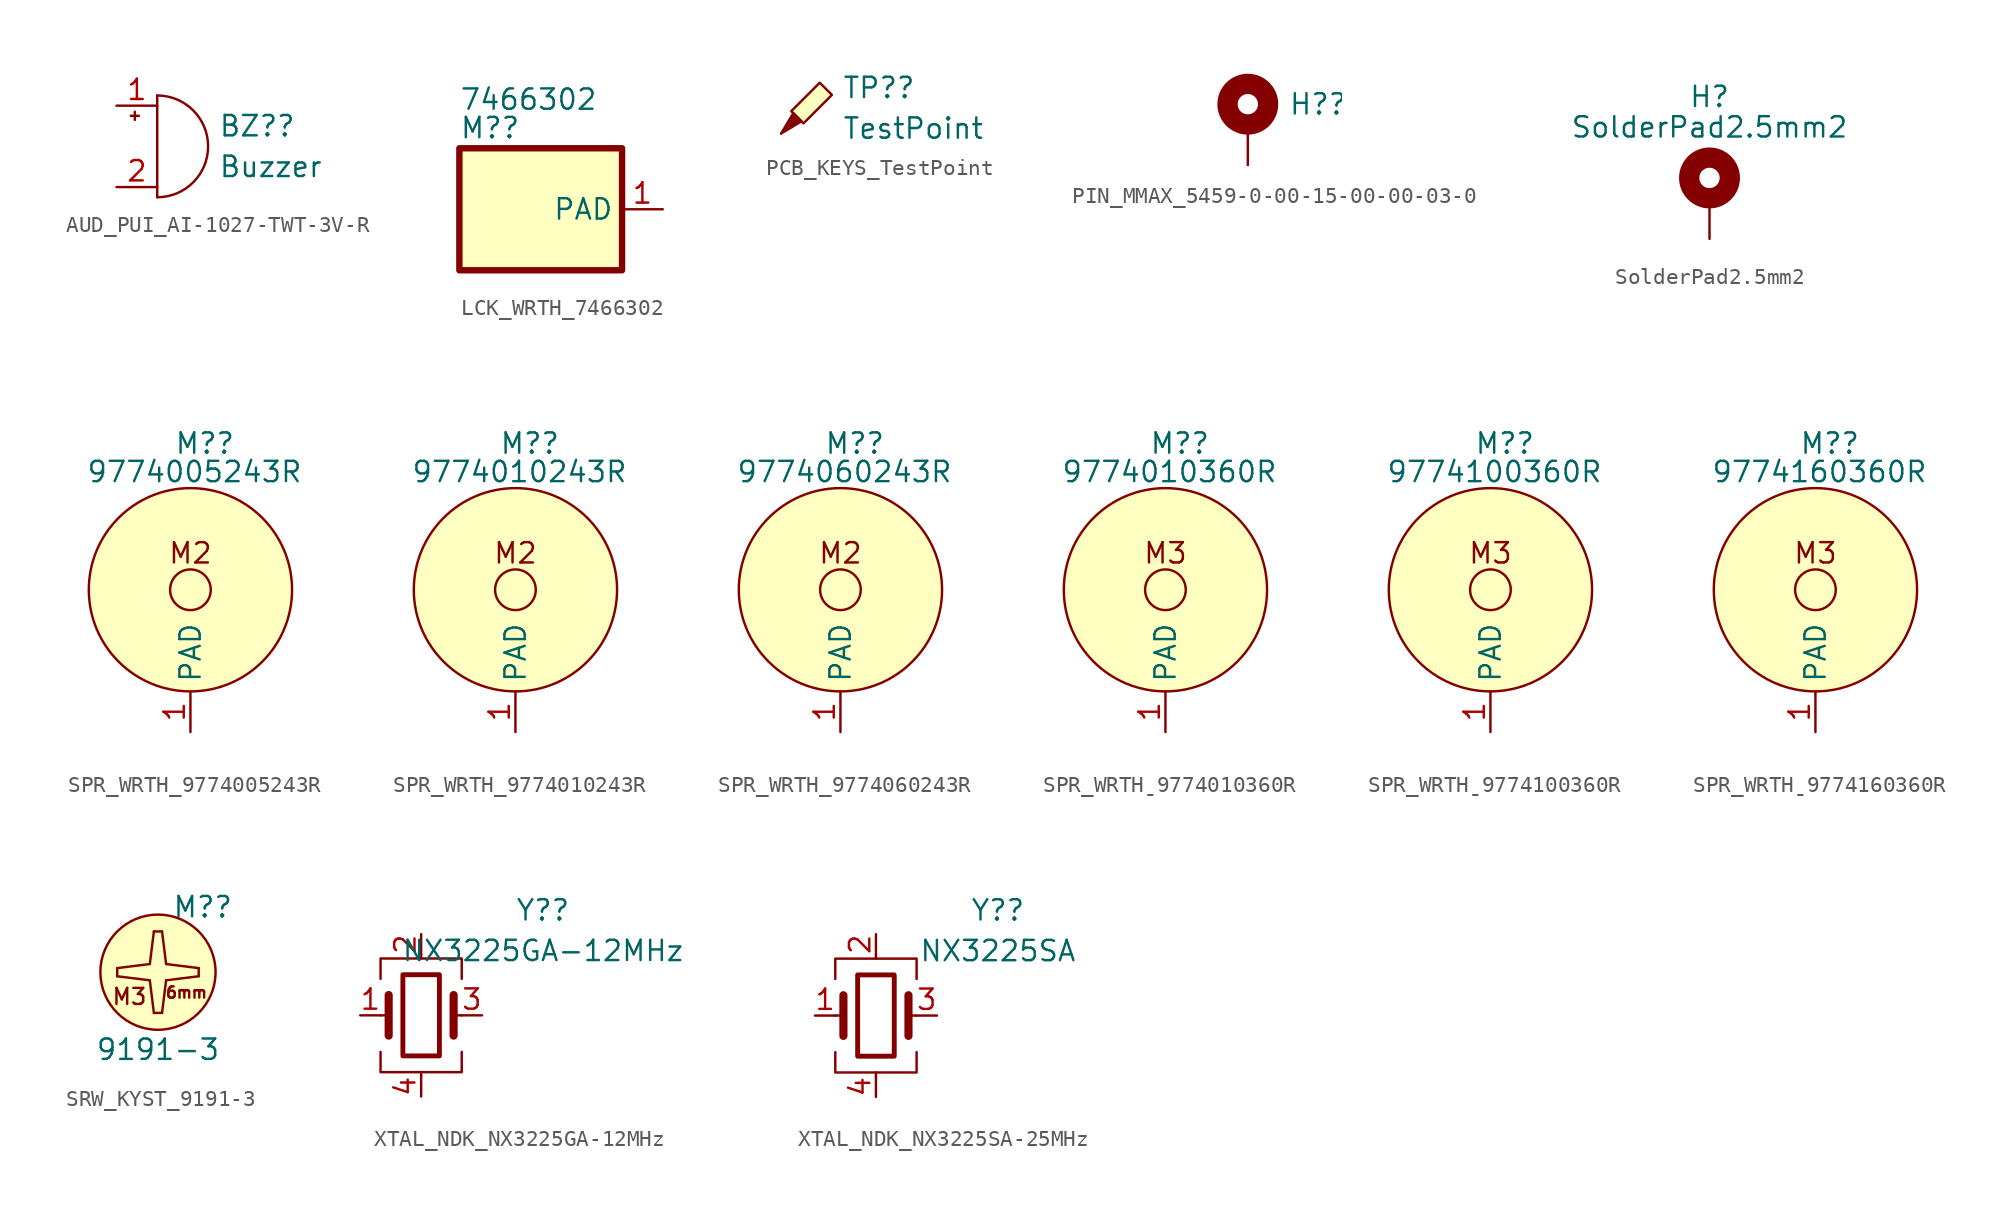
<source format=kicad_sym>
(kicad_symbol_lib
  (version 20231120)
  (generator "kicad_symbol_editor")
  (generator_version "8.0")
  (symbol "AUD_PUI_AI-1027-TWT-3V-R"
    (pin_names
      (offset 0.025) hide)
    (property "Reference" "BZ?"
      (at 3.81 1.27 0)
      (effects (font (size 1.27 1.27)) (justify left)))
    (property "Value" "Buzzer"
      (at 3.81 -1.27 0)
      (effects (font (size 1.27 1.27)) (justify left)))
    (symbol "AUD_PUI_AI-1027-TWT-3V-R_0_1"
      (arc (start 0 -3.175) (mid 3.1612 0) (end 0 3.175) (stroke (width 0) (type default)) (fill (type none)))
      (polyline (pts (xy -1.651 1.905) (xy -1.143 1.905)) (stroke (width 0) (type default)) (fill (type none)))
      (polyline (pts (xy -1.397 2.159) (xy -1.397 1.651)) (stroke (width 0) (type default)) (fill (type none)))
      (polyline (pts (xy 0 3.175) (xy 0 -3.175)) (stroke (width 0) (type default)) (fill (type none))))
    (symbol "AUD_PUI_AI-1027-TWT-3V-R_1_1"
      (pin passive line (at -2.54 2.54 0) (length 2.54) (name "-" (effects (font (size 1.27 1.27)))) (number "1" (effects (font (size 1.27 1.27)))))
      (pin passive line (at -2.54 -2.54 0) (length 2.54) (name "+" (effects (font (size 1.27 1.27)))) (number "2" (effects (font (size 1.27 1.27)))))))
  (symbol "LCK_WRTH_7466302"
    (property "Reference" "M?"
      (at -7.62 2.54 0)
      (effects (font (size 1.27 1.27)) (justify left)))
    (property "Value" "7466302"
      (at -3.302 4.318 0)
      (effects (font (size 1.27 1.27))))
    (symbol "LCK_WRTH_7466302_1_1"
      (rectangle (start -7.62 1.27) (end 2.54 -6.35) (stroke (width 0.4) (type default) (color 132 0 0 1)) (fill (type background)))
      (pin input line (at 5.08 -2.54 180) (length 2.54) (name "PAD" (effects (font (size 1.27 1.27)))) (number "1" (effects (font (size 1.27 1.27)))))))
  (symbol "PCB_KEYS_TestPoint"
    (pin_numbers hide)
    (pin_names
      (offset 0.762) hide)
    (property "Reference" "TP?"
      (at 3.81 2.858 0)
      (effects (font (size 1.27 1.27)) (justify left)))
    (property "Value" "TestPoint"
      (at 3.81 0.318 0)
      (effects (font (size 1.27 1.27)) (justify left)))
    (symbol "PCB_KEYS_TestPoint_0_1"
      (polyline (pts (xy 1.27 0.762) (xy 0 0) (xy 0.762 1.27) (xy 1.27 0.762)) (stroke (width 0) (type default)) (fill (type outline)))
      (polyline (pts (xy 1.397 0.635) (xy 0.635 1.397) (xy 2.413 3.175) (xy 3.175 2.413) (xy 1.397 0.635)) (stroke (width 0) (type default)) (fill (type background))))
    (symbol "PCB_KEYS_TestPoint_1_1"
      (pin passive line (at 0 0 90) (length 0) (name "1" (effects (font (size 1.27 1.27)))) (number "1" (effects (font (size 1.27 1.27)))))))
  (symbol "PIN_MMAX_5459-0-00-15-00-00-03-0"
    (pin_numbers hide)
    (pin_names
      (offset 1.016) hide)
    (property "Reference" "H?"
      (at 2.54 1.27 0)
      (effects (font (size 1.27 1.27)) (justify left)))
    (symbol "PIN_MMAX_5459-0-00-15-00-00-03-0_0_1"
      (circle (center 0 1.27) (radius 1.27) (stroke (width 1.27) (type default)) (fill (type none))))
    (symbol "PIN_MMAX_5459-0-00-15-00-00-03-0_1_1"
      (pin input line (at 0 -2.54 90) (length 2.54) (name "1" (effects (font (size 1.27 1.27)))) (number "1" (effects (font (size 1.27 1.27)))))))
  (symbol "SolderPad2.5mm2"
    (pin_numbers hide)
    (pin_names
      (offset 1.016) hide)
    (property "Reference" "H"
      (at 0 6.35 0)
      (effects (font (size 1.27 1.27))))
    (property "Value" "SolderPad2.5mm2"
      (at 0 4.445 0)
      (effects (font (size 1.27 1.27))))
    (symbol "SolderPad2.5mm2_0_1"
      (circle (center 0 1.27) (radius 1.27) (stroke (width 1.27) (type default)) (fill (type none))))
    (symbol "SolderPad2.5mm2_1_1"
      (pin input line (at 0 -2.54 90) (length 2.54) (name "1" (effects (font (size 1.27 1.27)))) (number "1" (effects (font (size 1.27 1.27)))))))
  (symbol "SPR_WRTH_9774005243R"
    (property "Reference" "M?"
      (at -1.016 11.684 0)
      (effects (font (size 1.27 1.27)) (justify left)))
    (property "Value" "9774005243R"
      (at 0.254 9.906 0)
      (effects (font (size 1.27 1.27))))
    (symbol "SPR_WRTH_9774005243R_0_1"
      (circle (center 0 2.54) (radius 1.27) (stroke (width 0) (type default)) (fill (type color) (color 255 255 255 1)))
      (circle (center 0 2.54) (radius 6.35) (stroke (width 0) (type default)) (fill (type background))))
    (symbol "SPR_WRTH_9774005243R_1_1"
      (text "M2" (at 0 4.826 0) (effects (font (size 1.27 1.27))))
      (pin input line (at 0 -6.35 90) (length 2.54) (name "PAD" (effects (font (size 1.27 1.27)))) (number "1" (effects (font (size 1.27 1.27)))))))
  (symbol "SPR_WRTH_9774010243R"
    (property "Reference" "M?"
      (at -1.016 11.684 0)
      (effects (font (size 1.27 1.27)) (justify left)))
    (property "Value" "9774010243R"
      (at 0.254 9.906 0)
      (effects (font (size 1.27 1.27))))
    (symbol "SPR_WRTH_9774010243R_0_1"
      (circle (center 0 2.54) (radius 1.27) (stroke (width 0) (type default)) (fill (type color) (color 255 255 255 1)))
      (circle (center 0 2.54) (radius 6.35) (stroke (width 0) (type default)) (fill (type background))))
    (symbol "SPR_WRTH_9774010243R_1_1"
      (text "M2" (at 0 4.826 0) (effects (font (size 1.27 1.27))))
      (pin input line (at 0 -6.35 90) (length 2.54) (name "PAD" (effects (font (size 1.27 1.27)))) (number "1" (effects (font (size 1.27 1.27)))))))
  (symbol "SPR_WRTH_9774060243R"
    (property "Reference" "M?"
      (at -1.016 11.684 0)
      (effects (font (size 1.27 1.27)) (justify left)))
    (property "Value" "9774060243R"
      (at 0.254 9.906 0)
      (effects (font (size 1.27 1.27))))
    (symbol "SPR_WRTH_9774060243R_0_1"
      (circle (center 0 2.54) (radius 1.27) (stroke (width 0) (type default)) (fill (type color) (color 255 255 255 1)))
      (circle (center 0 2.54) (radius 6.35) (stroke (width 0) (type default)) (fill (type background))))
    (symbol "SPR_WRTH_9774060243R_1_1"
      (text "M2" (at 0 4.826 0) (effects (font (size 1.27 1.27))))
      (pin input line (at 0 -6.35 90) (length 2.54) (name "PAD" (effects (font (size 1.27 1.27)))) (number "1" (effects (font (size 1.27 1.27)))))))
  (symbol "SPR_WRTHˍ9774010360R"
    (property "Reference" "M?"
      (at -1.016 11.684 0)
      (effects (font (size 1.27 1.27)) (justify left)))
    (property "Value" "9774010360R"
      (at 0.254 9.906 0)
      (effects (font (size 1.27 1.27))))
    (symbol "SPR_WRTHˍ9774010360R_0_1"
      (circle (center 0 2.54) (radius 1.27) (stroke (width 0) (type default)) (fill (type color) (color 255 255 255 1)))
      (circle (center 0 2.54) (radius 6.35) (stroke (width 0) (type default)) (fill (type background))))
    (symbol "SPR_WRTHˍ9774010360R_1_1"
      (text "M3" (at 0 4.826 0) (effects (font (size 1.27 1.27))))
      (pin input line (at 0 -6.35 90) (length 2.54) (name "PAD" (effects (font (size 1.27 1.27)))) (number "1" (effects (font (size 1.27 1.27)))))))
  (symbol "SPR_WRTHˍ9774100360R"
    (property "Reference" "M?"
      (at -1.016 11.684 0)
      (effects (font (size 1.27 1.27)) (justify left)))
    (property "Value" "9774100360R"
      (at 0.254 9.906 0)
      (effects (font (size 1.27 1.27))))
    (symbol "SPR_WRTHˍ9774100360R_0_1"
      (circle (center 0 2.54) (radius 1.27) (stroke (width 0) (type default)) (fill (type color) (color 255 255 255 1)))
      (circle (center 0 2.54) (radius 6.35) (stroke (width 0) (type default)) (fill (type background))))
    (symbol "SPR_WRTHˍ9774100360R_1_1"
      (text "M3" (at 0 4.826 0) (effects (font (size 1.27 1.27))))
      (pin input line (at 0 -6.35 90) (length 2.54) (name "PAD" (effects (font (size 1.27 1.27)))) (number "1" (effects (font (size 1.27 1.27)))))))
  (symbol "SPR_WRTHˍ9774160360R"
    (property "Reference" "M?"
      (at -1.016 11.684 0)
      (effects (font (size 1.27 1.27)) (justify left)))
    (property "Value" "9774160360R"
      (at 0.254 9.906 0)
      (effects (font (size 1.27 1.27))))
    (symbol "SPR_WRTHˍ9774160360R_0_1"
      (circle (center 0 2.54) (radius 1.27) (stroke (width 0) (type default)) (fill (type color) (color 255 255 255 1)))
      (circle (center 0 2.54) (radius 6.35) (stroke (width 0) (type default)) (fill (type background))))
    (symbol "SPR_WRTHˍ9774160360R_1_1"
      (text "M3" (at 0 4.826 0) (effects (font (size 1.27 1.27))))
      (pin input line (at 0 -6.35 90) (length 2.54) (name "PAD" (effects (font (size 1.27 1.27)))) (number "1" (effects (font (size 1.27 1.27)))))))
  (symbol "SRW_KYST_9191-3"
    (property "Reference" "M?"
      (at 2.794 4.064 0)
      (effects (font (size 1.27 1.27))))
    (property "Value" "9191-3"
      (at 0 -4.826 0)
      (effects (font (size 1.27 1.27))))
    (symbol "SRW_KYST_9191-3_0_1"
      (polyline (pts (xy -2.54 -0.254) (xy -0.508 -0.508)) (stroke (width 0) (type default)) (fill (type none)))
      (polyline (pts (xy -2.54 0.254) (xy -2.54 -0.254)) (stroke (width 0) (type default)) (fill (type none)))
      (polyline (pts (xy -2.54 0.254) (xy -0.508 0.508)) (stroke (width 0) (type default)) (fill (type none)))
      (polyline (pts (xy -0.254 -2.54) (xy -0.508 -0.508)) (stroke (width 0) (type default)) (fill (type none)))
      (polyline (pts (xy -0.254 -2.54) (xy 0.254 -2.54)) (stroke (width 0) (type default)) (fill (type none)))
      (polyline (pts (xy -0.254 2.54) (xy -0.508 0.508)) (stroke (width 0) (type default)) (fill (type none)))
      (polyline (pts (xy 0.254 -2.54) (xy 0.508 -0.508)) (stroke (width 0) (type default)) (fill (type none)))
      (polyline (pts (xy 0.254 2.54) (xy -0.254 2.54)) (stroke (width 0) (type default)) (fill (type none)))
      (polyline (pts (xy 0.254 2.54) (xy 0.508 0.508)) (stroke (width 0) (type default)) (fill (type none)))
      (polyline (pts (xy 2.54 -0.254) (xy 0.508 -0.508)) (stroke (width 0) (type default)) (fill (type none)))
      (polyline (pts (xy 2.54 -0.254) (xy 2.54 0.254)) (stroke (width 0) (type default)) (fill (type none)))
      (polyline (pts (xy 2.54 0.254) (xy 0.508 0.508)) (stroke (width 0) (type default)) (fill (type none)))
      (circle (center 0 0) (radius 3.592) (stroke (width 0) (type default)) (fill (type background))))
    (symbol "SRW_KYST_9191-3_1_1"
      (text "6mm" (at 1.778 -1.27 0) (effects (font (size 0.7 0.7))))
      (text "M3" (at -1.778 -1.524 0) (effects (font (size 1 1))))))
  (symbol "XTAL_NDK_NX3225GA-12MHz"
    (pin_names
      (offset 1.016) hide)
    (property "Reference" "Y?"
      (at 7.62 6.579 0)
      (effects (font (size 1.27 1.27))))
    (property "Value" "NX3225GA-12MHz"
      (at 7.62 4.039 0)
      (effects (font (size 1.27 1.27))))
    (symbol "XTAL_NDK_NX3225GA-12MHz_0_1"
      (rectangle (start -1.143 2.54) (end 1.143 -2.54) (stroke (width 0.305) (type default)) (fill (type none)))
      (polyline (pts (xy -2.54 0) (xy -2.032 0)) (stroke (width 0) (type default)) (fill (type none)))
      (polyline (pts (xy -2.032 -1.27) (xy -2.032 1.27)) (stroke (width 0.508) (type default)) (fill (type none)))
      (polyline (pts (xy 0 -3.81) (xy 0 -3.556)) (stroke (width 0) (type default)) (fill (type none)))
      (polyline (pts (xy 0 3.556) (xy 0 3.81)) (stroke (width 0) (type default)) (fill (type none)))
      (polyline (pts (xy 2.032 -1.27) (xy 2.032 1.27)) (stroke (width 0.508) (type default)) (fill (type none)))
      (polyline (pts (xy 2.032 0) (xy 2.54 0)) (stroke (width 0) (type default)) (fill (type none)))
      (polyline (pts (xy -2.54 -2.286) (xy -2.54 -3.556) (xy 2.54 -3.556) (xy 2.54 -2.286)) (stroke (width 0) (type default)) (fill (type none)))
      (polyline (pts (xy -2.54 2.286) (xy -2.54 3.556) (xy 2.54 3.556) (xy 2.54 2.286)) (stroke (width 0) (type default)) (fill (type none))))
    (symbol "XTAL_NDK_NX3225GA-12MHz_1_1"
      (pin passive line (at -3.81 0 0) (length 1.27) (name "1" (effects (font (size 1.27 1.27)))) (number "1" (effects (font (size 1.27 1.27)))))
      (pin passive line (at 0 5.08 270) (length 1.27) (name "2" (effects (font (size 1.27 1.27)))) (number "2" (effects (font (size 1.27 1.27)))))
      (pin passive line (at 3.81 0 180) (length 1.27) (name "3" (effects (font (size 1.27 1.27)))) (number "3" (effects (font (size 1.27 1.27)))))
      (pin passive line (at 0 -5.08 90) (length 1.27) (name "4" (effects (font (size 1.27 1.27)))) (number "4" (effects (font (size 1.27 1.27)))))))
  (symbol "XTAL_NDK_NX3225SA-25MHz"
    (pin_names
      (offset 1.016) hide)
    (property "Reference" "Y?"
      (at 7.62 6.579 0)
      (effects (font (size 1.27 1.27))))
    (property "Value" "NX3225SA"
      (at 7.62 4.039 0)
      (effects (font (size 1.27 1.27))))
    (symbol "XTAL_NDK_NX3225SA-25MHz_0_1"
      (rectangle (start -1.143 2.54) (end 1.143 -2.54) (stroke (width 0.305) (type default)) (fill (type none)))
      (polyline (pts (xy -2.54 0) (xy -2.032 0)) (stroke (width 0) (type default)) (fill (type none)))
      (polyline (pts (xy -2.032 -1.27) (xy -2.032 1.27)) (stroke (width 0.508) (type default)) (fill (type none)))
      (polyline (pts (xy 0 -3.81) (xy 0 -3.556)) (stroke (width 0) (type default)) (fill (type none)))
      (polyline (pts (xy 0 3.556) (xy 0 3.81)) (stroke (width 0) (type default)) (fill (type none)))
      (polyline (pts (xy 2.032 -1.27) (xy 2.032 1.27)) (stroke (width 0.508) (type default)) (fill (type none)))
      (polyline (pts (xy 2.032 0) (xy 2.54 0)) (stroke (width 0) (type default)) (fill (type none)))
      (polyline (pts (xy -2.54 -2.286) (xy -2.54 -3.556) (xy 2.54 -3.556) (xy 2.54 -2.286)) (stroke (width 0) (type default)) (fill (type none)))
      (polyline (pts (xy -2.54 2.286) (xy -2.54 3.556) (xy 2.54 3.556) (xy 2.54 2.286)) (stroke (width 0) (type default)) (fill (type none))))
    (symbol "XTAL_NDK_NX3225SA-25MHz_1_1"
      (pin passive line (at -3.81 0 0) (length 1.27) (name "1" (effects (font (size 1.27 1.27)))) (number "1" (effects (font (size 1.27 1.27)))))
      (pin passive line (at 0 5.08 270) (length 1.27) (name "2" (effects (font (size 1.27 1.27)))) (number "2" (effects (font (size 1.27 1.27)))))
      (pin passive line (at 3.81 0 180) (length 1.27) (name "3" (effects (font (size 1.27 1.27)))) (number "3" (effects (font (size 1.27 1.27)))))
      (pin passive line (at 0 -5.08 90) (length 1.27) (name "4" (effects (font (size 1.27 1.27)))) (number "4" (effects (font (size 1.27 1.27))))))))
</source>
